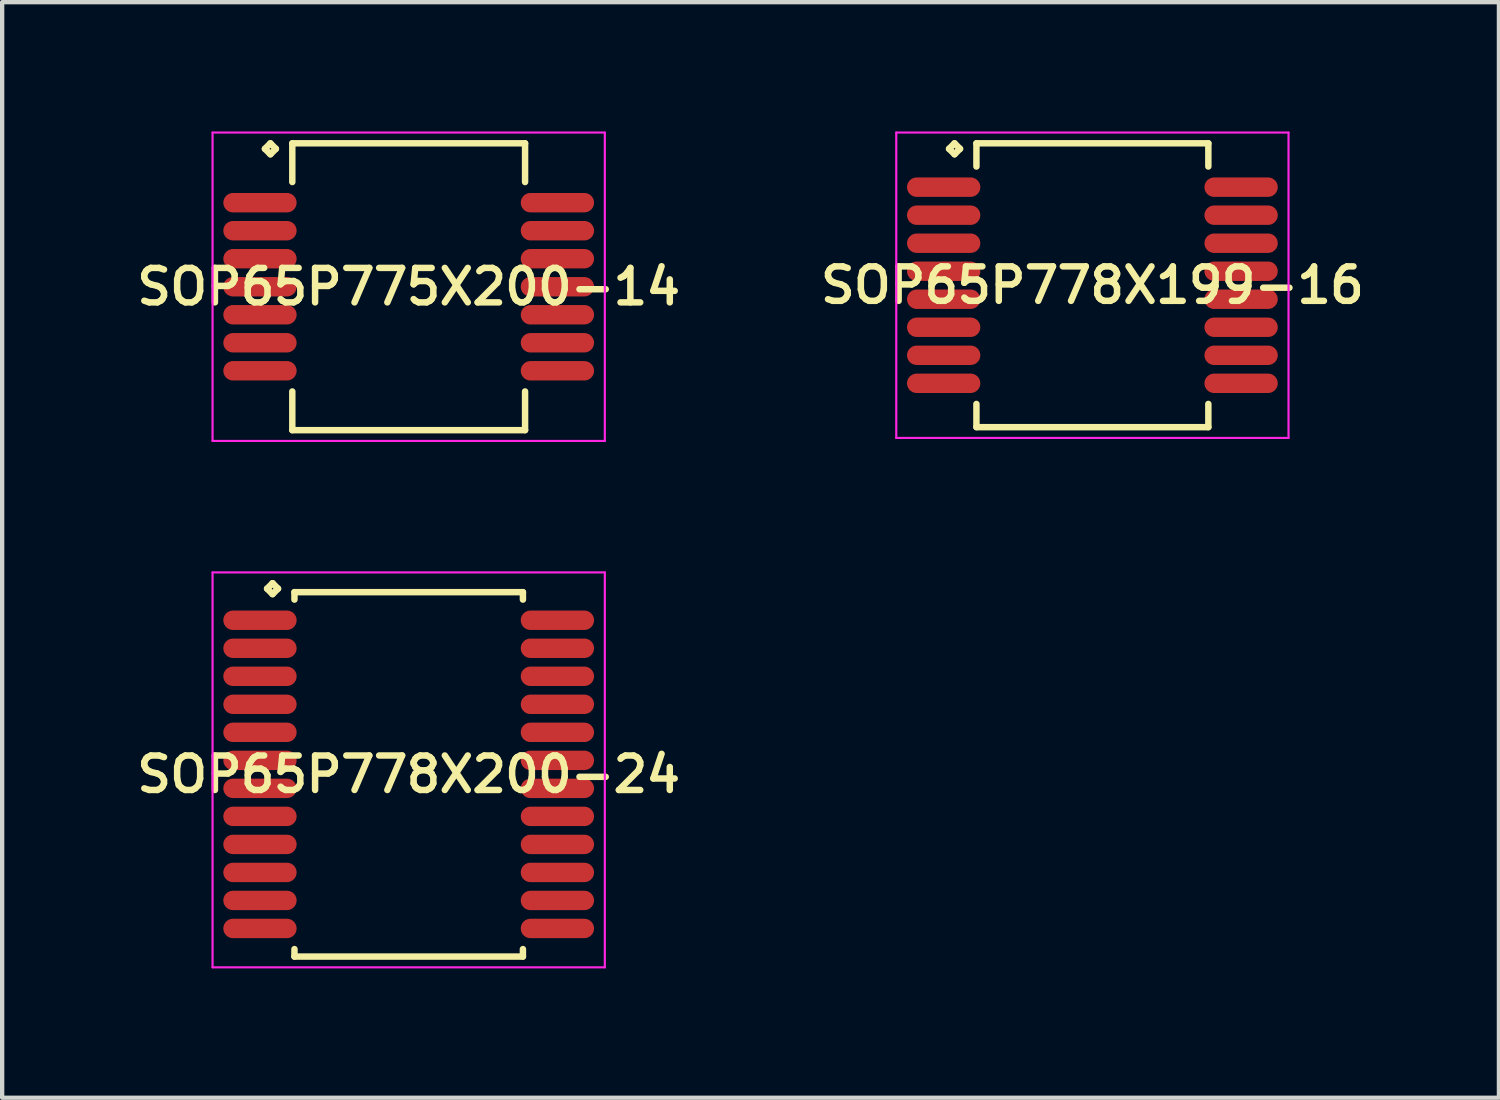
<source format=kicad_pcb>
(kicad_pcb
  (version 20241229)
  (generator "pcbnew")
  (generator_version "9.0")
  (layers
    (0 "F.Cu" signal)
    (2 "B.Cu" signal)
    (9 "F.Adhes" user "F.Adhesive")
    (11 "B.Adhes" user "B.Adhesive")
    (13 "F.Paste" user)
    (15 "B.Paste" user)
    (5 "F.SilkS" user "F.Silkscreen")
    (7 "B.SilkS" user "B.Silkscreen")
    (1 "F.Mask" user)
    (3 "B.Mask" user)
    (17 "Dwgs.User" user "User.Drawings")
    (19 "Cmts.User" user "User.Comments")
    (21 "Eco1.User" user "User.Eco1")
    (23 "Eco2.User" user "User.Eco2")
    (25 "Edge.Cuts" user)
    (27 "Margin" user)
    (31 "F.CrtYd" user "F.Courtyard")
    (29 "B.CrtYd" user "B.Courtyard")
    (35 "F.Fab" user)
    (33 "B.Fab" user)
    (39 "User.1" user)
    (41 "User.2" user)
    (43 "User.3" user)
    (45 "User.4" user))
  (footprint "SOP65P775X200-14"
    (layer "F.Cu")
    (at 6.431 3.602)
    (property "Reference" "SOP65P775X200-14" (at 0 0 0) (layer "F.SilkS") (effects (font (size 0.8 0.8) (thickness 0.15))))
    (attr smd)
    (fp_line (start -3.335 -3.2) (end -3.208 -3.327) (stroke (width 0.15) (type solid)) (layer "F.SilkS"))
    (fp_line (start -3.208 -3.327) (end -3.081 -3.2) (stroke (width 0.15) (type solid)) (layer "F.SilkS"))
    (fp_line (start -3.208 -3.073) (end -3.335 -3.2) (stroke (width 0.15) (type solid)) (layer "F.SilkS"))
    (fp_line (start -3.081 -3.2) (end -3.208 -3.073) (stroke (width 0.15) (type solid)) (layer "F.SilkS"))
    (fp_line (start -2.7 -3.327) (end 2.7 -3.327) (stroke (width 0.15) (type solid)) (layer "F.SilkS"))
    (fp_line (start -2.7 -2.429) (end -2.7 -3.327) (stroke (width 0.15) (type solid)) (layer "F.SilkS"))
    (fp_line (start -2.7 2.429) (end -2.7 3.327) (stroke (width 0.15) (type solid)) (layer "F.SilkS"))
    (fp_line (start -2.7 3.327) (end 2.7 3.327) (stroke (width 0.15) (type solid)) (layer "F.SilkS"))
    (fp_line (start 2.7 -3.327) (end 2.7 -2.429) (stroke (width 0.15) (type solid)) (layer "F.SilkS"))
    (fp_line (start 2.7 3.327) (end 2.7 2.429) (stroke (width 0.15) (type solid)) (layer "F.SilkS"))
    (fp_line (start -4.55 -3.577) (end 4.55 -3.577) (stroke (width 0.05) (type solid)) (layer "F.CrtYd"))
    (fp_line (start -4.55 3.577) (end -4.55 -3.577) (stroke (width 0.05) (type solid)) (layer "F.CrtYd"))
    (fp_line (start 4.55 -3.577) (end 4.55 3.577) (stroke (width 0.05) (type solid)) (layer "F.CrtYd"))
    (fp_line (start 4.55 3.577) (end -4.55 3.577) (stroke (width 0.05) (type solid)) (layer "F.CrtYd"))
    (pad "1" smd oval (at -3.45 -1.95) (size 1.7 0.45) (layers "F.Cu" "F.Mask" "F.Paste"))
    (pad "2" smd oval (at -3.45 -1.3) (size 1.7 0.45) (layers "F.Cu" "F.Mask" "F.Paste"))
    (pad "3" smd oval (at -3.45 -0.65) (size 1.7 0.45) (layers "F.Cu" "F.Mask" "F.Paste"))
    (pad "4" smd oval (at -3.45 0) (size 1.7 0.45) (layers "F.Cu" "F.Mask" "F.Paste"))
    (pad "5" smd oval (at -3.45 0.65) (size 1.7 0.45) (layers "F.Cu" "F.Mask" "F.Paste"))
    (pad "6" smd oval (at -3.45 1.3) (size 1.7 0.45) (layers "F.Cu" "F.Mask" "F.Paste"))
    (pad "7" smd oval (at -3.45 1.95) (size 1.7 0.45) (layers "F.Cu" "F.Mask" "F.Paste"))
    (pad "8" smd oval (at 3.45 1.95) (size 1.7 0.45) (layers "F.Cu" "F.Mask" "F.Paste"))
    (pad "9" smd oval (at 3.45 1.3) (size 1.7 0.45) (layers "F.Cu" "F.Mask" "F.Paste"))
    (pad "10" smd oval (at 3.45 0.65) (size 1.7 0.45) (layers "F.Cu" "F.Mask" "F.Paste"))
    (pad "11" smd oval (at 3.45 0) (size 1.7 0.45) (layers "F.Cu" "F.Mask" "F.Paste"))
    (pad "12" smd oval (at 3.45 -0.65) (size 1.7 0.45) (layers "F.Cu" "F.Mask" "F.Paste"))
    (pad "13" smd oval (at 3.45 -1.3) (size 1.7 0.45) (layers "F.Cu" "F.Mask" "F.Paste"))
    (pad "14" smd oval (at 3.45 -1.95) (size 1.7 0.45) (layers "F.Cu" "F.Mask" "F.Paste")))
  (footprint "SOP65P778X200-24"
    (layer "F.Cu")
    (at 6.431 14.914)
    (property "Reference" "SOP65P778X200-24" (at 0 0 0) (layer "F.SilkS") (effects (font (size 0.8 0.8) (thickness 0.15))))
    (attr smd)
    (fp_line (start -3.285 -4.308) (end -3.158 -4.435) (stroke (width 0.15) (type solid)) (layer "F.SilkS"))
    (fp_line (start -3.158 -4.435) (end -3.031 -4.308) (stroke (width 0.15) (type solid)) (layer "F.SilkS"))
    (fp_line (start -3.158 -4.181) (end -3.285 -4.308) (stroke (width 0.15) (type solid)) (layer "F.SilkS"))
    (fp_line (start -3.031 -4.308) (end -3.158 -4.181) (stroke (width 0.15) (type solid)) (layer "F.SilkS"))
    (fp_line (start -2.65 -4.227) (end 2.65 -4.227) (stroke (width 0.15) (type solid)) (layer "F.SilkS"))
    (fp_line (start -2.65 -4.054) (end -2.65 -4.227) (stroke (width 0.15) (type solid)) (layer "F.SilkS"))
    (fp_line (start -2.65 4.054) (end -2.65 4.227) (stroke (width 0.15) (type solid)) (layer "F.SilkS"))
    (fp_line (start -2.65 4.227) (end 2.65 4.227) (stroke (width 0.15) (type solid)) (layer "F.SilkS"))
    (fp_line (start 2.65 -4.227) (end 2.65 -4.054) (stroke (width 0.15) (type solid)) (layer "F.SilkS"))
    (fp_line (start 2.65 4.227) (end 2.65 4.054) (stroke (width 0.15) (type solid)) (layer "F.SilkS"))
    (fp_line (start -4.55 -4.685) (end 4.55 -4.685) (stroke (width 0.05) (type solid)) (layer "F.CrtYd"))
    (fp_line (start -4.55 4.477) (end -4.55 -4.685) (stroke (width 0.05) (type solid)) (layer "F.CrtYd"))
    (fp_line (start 4.55 -4.685) (end 4.55 4.477) (stroke (width 0.05) (type solid)) (layer "F.CrtYd"))
    (fp_line (start 4.55 4.477) (end -4.55 4.477) (stroke (width 0.05) (type solid)) (layer "F.CrtYd"))
    (pad "1" smd oval (at -3.45 -3.575) (size 1.7 0.45) (layers "F.Cu" "F.Mask" "F.Paste"))
    (pad "2" smd oval (at -3.45 -2.925) (size 1.7 0.45) (layers "F.Cu" "F.Mask" "F.Paste"))
    (pad "3" smd oval (at -3.45 -2.275) (size 1.7 0.45) (layers "F.Cu" "F.Mask" "F.Paste"))
    (pad "4" smd oval (at -3.45 -1.625) (size 1.7 0.45) (layers "F.Cu" "F.Mask" "F.Paste"))
    (pad "5" smd oval (at -3.45 -0.975) (size 1.7 0.45) (layers "F.Cu" "F.Mask" "F.Paste"))
    (pad "6" smd oval (at -3.45 -0.325) (size 1.7 0.45) (layers "F.Cu" "F.Mask" "F.Paste"))
    (pad "7" smd oval (at -3.45 0.325) (size 1.7 0.45) (layers "F.Cu" "F.Mask" "F.Paste"))
    (pad "8" smd oval (at -3.45 0.975) (size 1.7 0.45) (layers "F.Cu" "F.Mask" "F.Paste"))
    (pad "9" smd oval (at -3.45 1.625) (size 1.7 0.45) (layers "F.Cu" "F.Mask" "F.Paste"))
    (pad "10" smd oval (at -3.45 2.275) (size 1.7 0.45) (layers "F.Cu" "F.Mask" "F.Paste"))
    (pad "11" smd oval (at -3.45 2.925) (size 1.7 0.45) (layers "F.Cu" "F.Mask" "F.Paste"))
    (pad "12" smd oval (at -3.45 3.575) (size 1.7 0.45) (layers "F.Cu" "F.Mask" "F.Paste"))
    (pad "13" smd oval (at 3.45 3.575) (size 1.7 0.45) (layers "F.Cu" "F.Mask" "F.Paste"))
    (pad "14" smd oval (at 3.45 2.925) (size 1.7 0.45) (layers "F.Cu" "F.Mask" "F.Paste"))
    (pad "15" smd oval (at 3.45 2.275) (size 1.7 0.45) (layers "F.Cu" "F.Mask" "F.Paste"))
    (pad "16" smd oval (at 3.45 1.625) (size 1.7 0.45) (layers "F.Cu" "F.Mask" "F.Paste"))
    (pad "17" smd oval (at 3.45 0.975) (size 1.7 0.45) (layers "F.Cu" "F.Mask" "F.Paste"))
    (pad "18" smd oval (at 3.45 0.325) (size 1.7 0.45) (layers "F.Cu" "F.Mask" "F.Paste"))
    (pad "19" smd oval (at 3.45 -0.325) (size 1.7 0.45) (layers "F.Cu" "F.Mask" "F.Paste"))
    (pad "20" smd oval (at 3.45 -0.975) (size 1.7 0.45) (layers "F.Cu" "F.Mask" "F.Paste"))
    (pad "21" smd oval (at 3.45 -1.625) (size 1.7 0.45) (layers "F.Cu" "F.Mask" "F.Paste"))
    (pad "22" smd oval (at 3.45 -2.275) (size 1.7 0.45) (layers "F.Cu" "F.Mask" "F.Paste"))
    (pad "23" smd oval (at 3.45 -2.925) (size 1.7 0.45) (layers "F.Cu" "F.Mask" "F.Paste"))
    (pad "24" smd oval (at 3.45 -3.575) (size 1.7 0.45) (layers "F.Cu" "F.Mask" "F.Paste")))
  (footprint "SOP65P778X199-16"
    (layer "F.Cu")
    (at 22.292 3.567)
    (property "Reference" "SOP65P778X199-16" (at 0 0 0) (layer "F.SilkS") (effects (font (size 0.8 0.8) (thickness 0.15))))
    (attr smd)
    (fp_line (start -3.325 -3.165) (end -3.198 -3.292) (stroke (width 0.15) (type solid)) (layer "F.SilkS"))
    (fp_line (start -3.198 -3.292) (end -3.071 -3.165) (stroke (width 0.15) (type solid)) (layer "F.SilkS"))
    (fp_line (start -3.198 -3.038) (end -3.325 -3.165) (stroke (width 0.15) (type solid)) (layer "F.SilkS"))
    (fp_line (start -3.071 -3.165) (end -3.198 -3.038) (stroke (width 0.15) (type solid)) (layer "F.SilkS"))
    (fp_line (start -2.69 -3.292) (end 2.69 -3.292) (stroke (width 0.15) (type solid)) (layer "F.SilkS"))
    (fp_line (start -2.69 -2.754) (end -2.69 -3.292) (stroke (width 0.15) (type solid)) (layer "F.SilkS"))
    (fp_line (start -2.69 2.754) (end -2.69 3.292) (stroke (width 0.15) (type solid)) (layer "F.SilkS"))
    (fp_line (start -2.69 3.292) (end 2.69 3.292) (stroke (width 0.15) (type solid)) (layer "F.SilkS"))
    (fp_line (start 2.69 -3.292) (end 2.69 -2.754) (stroke (width 0.15) (type solid)) (layer "F.SilkS"))
    (fp_line (start 2.69 3.292) (end 2.69 2.754) (stroke (width 0.15) (type solid)) (layer "F.SilkS"))
    (fp_line (start -4.55 -3.542) (end 4.55 -3.542) (stroke (width 0.05) (type solid)) (layer "F.CrtYd"))
    (fp_line (start -4.55 3.542) (end -4.55 -3.542) (stroke (width 0.05) (type solid)) (layer "F.CrtYd"))
    (fp_line (start 4.55 -3.542) (end 4.55 3.542) (stroke (width 0.05) (type solid)) (layer "F.CrtYd"))
    (fp_line (start 4.55 3.542) (end -4.55 3.542) (stroke (width 0.05) (type solid)) (layer "F.CrtYd"))
    (pad "1" smd oval (at -3.45 -2.275) (size 1.7 0.45) (layers "F.Cu" "F.Mask" "F.Paste"))
    (pad "2" smd oval (at -3.45 -1.625) (size 1.7 0.45) (layers "F.Cu" "F.Mask" "F.Paste"))
    (pad "3" smd oval (at -3.45 -0.975) (size 1.7 0.45) (layers "F.Cu" "F.Mask" "F.Paste"))
    (pad "4" smd oval (at -3.45 -0.325) (size 1.7 0.45) (layers "F.Cu" "F.Mask" "F.Paste"))
    (pad "5" smd oval (at -3.45 0.325) (size 1.7 0.45) (layers "F.Cu" "F.Mask" "F.Paste"))
    (pad "6" smd oval (at -3.45 0.975) (size 1.7 0.45) (layers "F.Cu" "F.Mask" "F.Paste"))
    (pad "7" smd oval (at -3.45 1.625) (size 1.7 0.45) (layers "F.Cu" "F.Mask" "F.Paste"))
    (pad "8" smd oval (at -3.45 2.275) (size 1.7 0.45) (layers "F.Cu" "F.Mask" "F.Paste"))
    (pad "9" smd oval (at 3.45 2.275) (size 1.7 0.45) (layers "F.Cu" "F.Mask" "F.Paste"))
    (pad "10" smd oval (at 3.45 1.625) (size 1.7 0.45) (layers "F.Cu" "F.Mask" "F.Paste"))
    (pad "11" smd oval (at 3.45 0.975) (size 1.7 0.45) (layers "F.Cu" "F.Mask" "F.Paste"))
    (pad "12" smd oval (at 3.45 0.325) (size 1.7 0.45) (layers "F.Cu" "F.Mask" "F.Paste"))
    (pad "13" smd oval (at 3.45 -0.325) (size 1.7 0.45) (layers "F.Cu" "F.Mask" "F.Paste"))
    (pad "14" smd oval (at 3.45 -0.975) (size 1.7 0.45) (layers "F.Cu" "F.Mask" "F.Paste"))
    (pad "15" smd oval (at 3.45 -1.625) (size 1.7 0.45) (layers "F.Cu" "F.Mask" "F.Paste"))
    (pad "16" smd oval (at 3.45 -2.275) (size 1.7 0.45) (layers "F.Cu" "F.Mask" "F.Paste")))
  (gr_rect
    (start -3 -3)
    (end 31.723 22.416)
    (stroke (width 0.1) (type default))
    (fill no)
    (layer "Edge.Cuts")))
</source>
